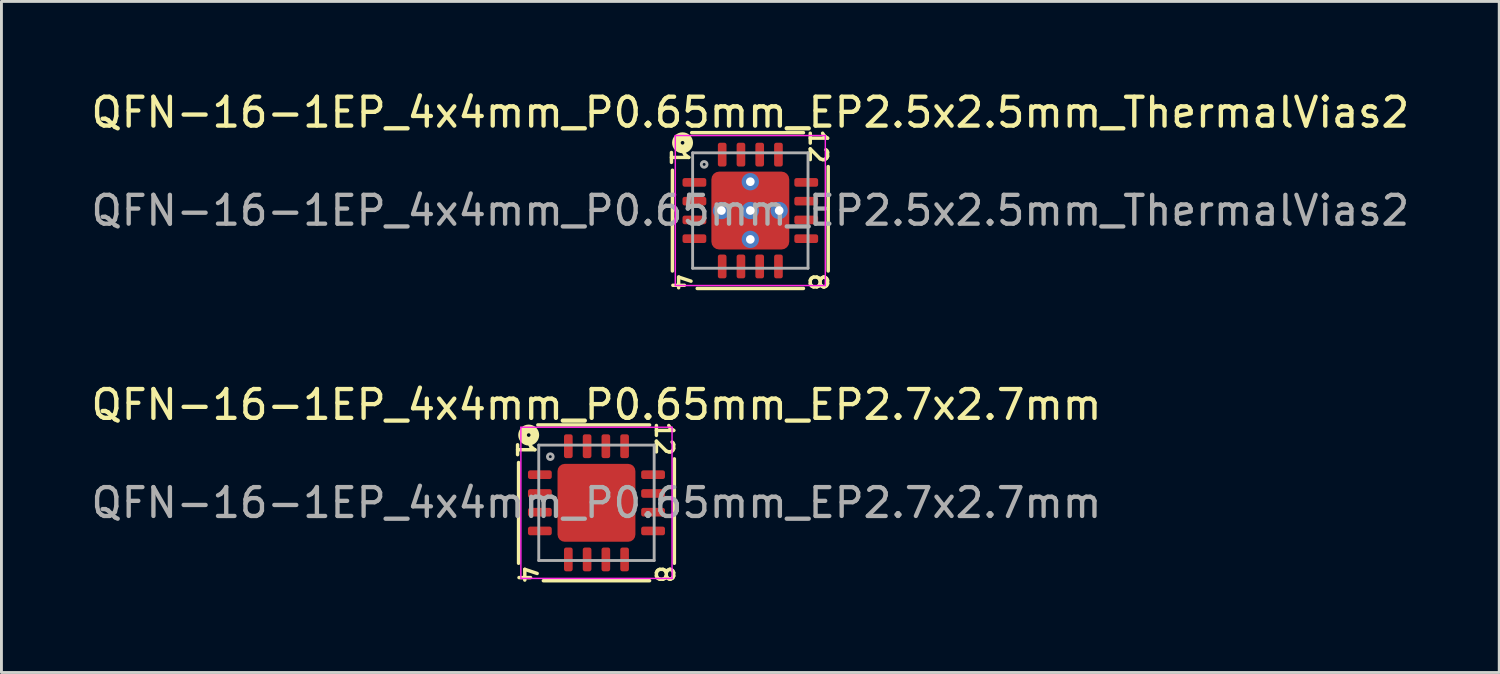
<source format=kicad_pcb>
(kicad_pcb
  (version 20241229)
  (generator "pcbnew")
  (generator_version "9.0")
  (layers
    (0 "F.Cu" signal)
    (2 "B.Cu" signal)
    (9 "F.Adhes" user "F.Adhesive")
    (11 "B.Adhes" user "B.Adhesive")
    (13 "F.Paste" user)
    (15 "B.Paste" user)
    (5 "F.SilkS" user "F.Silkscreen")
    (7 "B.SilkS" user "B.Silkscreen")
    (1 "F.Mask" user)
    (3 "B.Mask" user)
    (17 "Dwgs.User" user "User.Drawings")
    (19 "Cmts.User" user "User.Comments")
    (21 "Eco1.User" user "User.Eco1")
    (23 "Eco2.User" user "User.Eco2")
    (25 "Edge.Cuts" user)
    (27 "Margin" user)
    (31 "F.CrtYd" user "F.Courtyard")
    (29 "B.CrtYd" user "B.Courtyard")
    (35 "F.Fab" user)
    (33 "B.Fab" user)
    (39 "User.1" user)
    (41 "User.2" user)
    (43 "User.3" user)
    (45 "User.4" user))
  (footprint "QFN-16-1EP_4x4mm_P0.65mm_EP2.5x2.5mm_ThermalVias2"
    (layer "F.Cu")
    (at 22.958 4.248)
    (property "Reference" "QFN-16-1EP_4x4mm_P0.65mm_EP2.5x2.5mm_ThermalVias2" (at 0 -3.4 0) (layer "F.SilkS") (effects (font (size 1 1) (thickness 0.15))))
    (attr smd)
    (fp_line (start -2.7 -1.397) (end -2.7 2.095) (stroke (width 0.12) (type solid)) (layer "F.SilkS"))
    (fp_line (start -1.841 2.7) (end 1.841 2.7) (stroke (width 0.12) (type solid)) (layer "F.SilkS"))
    (fp_line (start 1.841 -2.7) (end -2.032 -2.7) (stroke (width 0.12) (type solid)) (layer "F.SilkS"))
    (fp_line (start 2.7 2.095) (end 2.7 -1.524) (stroke (width 0.12) (type solid)) (layer "F.SilkS"))
    (fp_circle (center -2.349 -2.349) (end -2.286 -2.349) (stroke (width 0.3) (type solid)) (fill no) (layer "F.SilkS"))
    (fp_line (start -2.6 -2.6) (end -2.6 2.6) (stroke (width 0.05) (type solid)) (layer "F.CrtYd"))
    (fp_line (start -2.6 2.6) (end 2.6 2.6) (stroke (width 0.05) (type solid)) (layer "F.CrtYd"))
    (fp_line (start 2.6 -2.6) (end -2.6 -2.6) (stroke (width 0.05) (type solid)) (layer "F.CrtYd"))
    (fp_line (start 2.6 2.6) (end 2.6 -2.6) (stroke (width 0.05) (type solid)) (layer "F.CrtYd"))
    (fp_line (start -2 -2) (end 2 -2) (stroke (width 0.1) (type solid)) (layer "F.Fab"))
    (fp_line (start -2 2) (end -2 -2) (stroke (width 0.1) (type solid)) (layer "F.Fab"))
    (fp_line (start 2 -2) (end 2 2) (stroke (width 0.1) (type solid)) (layer "F.Fab"))
    (fp_line (start 2 2) (end -2 2) (stroke (width 0.1) (type solid)) (layer "F.Fab"))
    (fp_circle (center -1.6 -1.6) (end -1.5 -1.6) (stroke (width 0.1) (type solid)) (fill no) (layer "F.Fab"))
    (fp_text user "1" (at -2.463 -1.841 270) (unlocked yes) (layer "F.SilkS") (effects (font (size 0.6 0.6) (thickness 0.12))))
    (fp_text user "8" (at 2.349 2.477 270) (unlocked yes) (layer "F.SilkS") (effects (font (size 0.6 0.6) (thickness 0.12))))
    (fp_text user "4" (at -2.413 2.477 270) (unlocked yes) (layer "F.SilkS") (effects (font (size 0.6 0.6) (thickness 0.12))))
    (fp_text user "12" (at 2.349 -2.223 270) (unlocked yes) (layer "F.SilkS") (effects (font (size 0.6 0.6) (thickness 0.12))))
    (fp_text user "${REFERENCE}" (at 0 0 0) (layer "F.Fab") (effects (font (size 1 1) (thickness 0.15))))
    (pad "" smd roundrect (at -0.775 -0.775) (size 0.75 0.75) (layers "F.Paste") (roundrect_rratio 0.25))
    (pad "" smd roundrect (at -0.775 -0.775) (size 0.95 0.95) (layers "F.Mask") (roundrect_rratio 0.25))
    (pad "" smd roundrect (at -0.775 0.775) (size 0.75 0.75) (layers "F.Paste") (roundrect_rratio 0.25))
    (pad "" smd roundrect (at -0.775 0.775) (size 0.95 0.95) (layers "F.Mask") (roundrect_rratio 0.25))
    (pad "" smd roundrect (at 0.775 -0.775) (size 0.75 0.75) (layers "F.Paste") (roundrect_rratio 0.25))
    (pad "" smd roundrect (at 0.775 -0.775) (size 0.95 0.95) (layers "F.Mask") (roundrect_rratio 0.25))
    (pad "" smd roundrect (at 0.775 0.775) (size 0.75 0.75) (layers "F.Paste") (roundrect_rratio 0.25))
    (pad "" smd roundrect (at 0.775 0.775) (size 0.95 0.95) (layers "F.Mask") (roundrect_rratio 0.25))
    (pad "1" smd roundrect (at -1.938 -0.975) (size 0.825 0.3) (layers "F.Cu" "F.Mask" "F.Paste") (roundrect_rratio 0.25))
    (pad "2" smd roundrect (at -1.938 -0.325) (size 0.825 0.3) (layers "F.Cu" "F.Mask" "F.Paste") (roundrect_rratio 0.25))
    (pad "3" smd roundrect (at -1.938 0.325) (size 0.825 0.3) (layers "F.Cu" "F.Mask" "F.Paste") (roundrect_rratio 0.25))
    (pad "4" smd roundrect (at -1.938 0.975) (size 0.825 0.3) (layers "F.Cu" "F.Mask" "F.Paste") (roundrect_rratio 0.25))
    (pad "5" smd roundrect (at -0.975 1.938) (size 0.3 0.825) (layers "F.Cu" "F.Mask" "F.Paste") (roundrect_rratio 0.25))
    (pad "6" smd roundrect (at -0.325 1.938) (size 0.3 0.825) (layers "F.Cu" "F.Mask" "F.Paste") (roundrect_rratio 0.25))
    (pad "7" smd roundrect (at 0.325 1.938) (size 0.3 0.825) (layers "F.Cu" "F.Mask" "F.Paste") (roundrect_rratio 0.25))
    (pad "8" smd roundrect (at 0.975 1.938) (size 0.3 0.825) (layers "F.Cu" "F.Mask" "F.Paste") (roundrect_rratio 0.25))
    (pad "9" smd roundrect (at 1.938 0.975) (size 0.825 0.3) (layers "F.Cu" "F.Mask" "F.Paste") (roundrect_rratio 0.25))
    (pad "10" smd roundrect (at 1.938 0.325) (size 0.825 0.3) (layers "F.Cu" "F.Mask" "F.Paste") (roundrect_rratio 0.25))
    (pad "11" smd roundrect (at 1.938 -0.325) (size 0.825 0.3) (layers "F.Cu" "F.Mask" "F.Paste") (roundrect_rratio 0.25))
    (pad "12" smd roundrect (at 1.938 -0.975) (size 0.825 0.3) (layers "F.Cu" "F.Mask" "F.Paste") (roundrect_rratio 0.25))
    (pad "13" smd roundrect (at 0.975 -1.938) (size 0.3 0.825) (layers "F.Cu" "F.Mask" "F.Paste") (roundrect_rratio 0.25))
    (pad "14" smd roundrect (at 0.325 -1.938) (size 0.3 0.825) (layers "F.Cu" "F.Mask" "F.Paste") (roundrect_rratio 0.25))
    (pad "15" smd roundrect (at -0.325 -1.938) (size 0.3 0.825) (layers "F.Cu" "F.Mask" "F.Paste") (roundrect_rratio 0.25))
    (pad "16" smd roundrect (at -0.975 -1.938) (size 0.3 0.825) (layers "F.Cu" "F.Mask" "F.Paste") (roundrect_rratio 0.25))
    (pad "17" thru_hole circle (at -1 0) (size 0.6 0.6) (drill 0.3) (property pad_prop_heatsink) (layers "*.Cu" "*.Mask"))
    (pad "17" thru_hole circle (at 0 -1) (size 0.6 0.6) (drill 0.3) (property pad_prop_heatsink) (layers "*.Cu" "*.Mask"))
    (pad "17" thru_hole circle (at 0 0) (size 0.6 0.6) (drill 0.3) (property pad_prop_heatsink) (layers "*.Cu" "*.Mask"))
    (pad "17" smd roundrect (at 0 0) (size 2.7 2.7) (layers "F.Cu") (roundrect_rratio 0.1))
    (pad "17" thru_hole circle (at 0 1) (size 0.6 0.6) (drill 0.3) (property pad_prop_heatsink) (layers "*.Cu" "*.Mask"))
    (pad "17" thru_hole circle (at 1 0) (size 0.6 0.6) (drill 0.3) (property pad_prop_heatsink) (layers "*.Cu" "*.Mask")))
  (footprint "QFN-16-1EP_4x4mm_P0.65mm_EP2.7x2.7mm"
    (layer "F.Cu")
    (at 17.625 14.379)
    (property "Reference" "QFN-16-1EP_4x4mm_P0.65mm_EP2.7x2.7mm" (at 0 -3.4 0) (layer "F.SilkS") (effects (font (size 1 1) (thickness 0.15))))
    (attr smd)
    (fp_line (start -2.7 -1.397) (end -2.7 2.095) (stroke (width 0.12) (type solid)) (layer "F.SilkS"))
    (fp_line (start -1.841 2.7) (end 1.841 2.7) (stroke (width 0.12) (type solid)) (layer "F.SilkS"))
    (fp_line (start 1.841 -2.7) (end -2.032 -2.7) (stroke (width 0.12) (type solid)) (layer "F.SilkS"))
    (fp_line (start 2.7 2.095) (end 2.7 -1.524) (stroke (width 0.12) (type solid)) (layer "F.SilkS"))
    (fp_circle (center -2.349 -2.349) (end -2.286 -2.349) (stroke (width 0.3) (type solid)) (fill no) (layer "F.SilkS"))
    (fp_line (start -2.62 -2.62) (end -2.62 2.62) (stroke (width 0.05) (type solid)) (layer "F.CrtYd"))
    (fp_line (start -2.62 2.62) (end 2.62 2.62) (stroke (width 0.05) (type solid)) (layer "F.CrtYd"))
    (fp_line (start 2.62 -2.62) (end -2.62 -2.62) (stroke (width 0.05) (type solid)) (layer "F.CrtYd"))
    (fp_line (start 2.62 2.62) (end 2.62 -2.62) (stroke (width 0.05) (type solid)) (layer "F.CrtYd"))
    (fp_line (start -2 -2) (end 2 -2) (stroke (width 0.1) (type solid)) (layer "F.Fab"))
    (fp_line (start -2 2) (end -2 -2) (stroke (width 0.1) (type solid)) (layer "F.Fab"))
    (fp_line (start 2 -2) (end 2 2) (stroke (width 0.1) (type solid)) (layer "F.Fab"))
    (fp_line (start 2 2) (end -2 2) (stroke (width 0.1) (type solid)) (layer "F.Fab"))
    (fp_circle (center -1.6 -1.6) (end -1.5 -1.6) (stroke (width 0.1) (type solid)) (fill no) (layer "F.Fab"))
    (fp_text user "12" (at 2.349 -2.223 270) (unlocked yes) (layer "F.SilkS") (effects (font (size 0.6 0.6) (thickness 0.12))))
    (fp_text user "8" (at 2.349 2.477 270) (unlocked yes) (layer "F.SilkS") (effects (font (size 0.6 0.6) (thickness 0.12))))
    (fp_text user "4" (at -2.413 2.477 270) (unlocked yes) (layer "F.SilkS") (effects (font (size 0.6 0.6) (thickness 0.12))))
    (fp_text user "1" (at -2.463 -1.841 270) (unlocked yes) (layer "F.SilkS") (effects (font (size 0.6 0.6) (thickness 0.12))))
    (fp_text user "${REFERENCE}" (at 0 0 0) (layer "F.Fab") (effects (font (size 1 1) (thickness 0.15))))
    (pad "" smd roundrect (at -0.675 -0.675) (size 1.09 1.09) (layers "F.Paste") (roundrect_rratio 0.229))
    (pad "" smd roundrect (at -0.675 0.675) (size 1.09 1.09) (layers "F.Paste") (roundrect_rratio 0.229))
    (pad "" smd roundrect (at 0.675 -0.675) (size 1.09 1.09) (layers "F.Paste") (roundrect_rratio 0.229))
    (pad "" smd roundrect (at 0.675 0.675) (size 1.09 1.09) (layers "F.Paste") (roundrect_rratio 0.229))
    (pad "1" smd roundrect (at -1.962 -0.975) (size 0.825 0.3) (layers "F.Cu" "F.Mask" "F.Paste") (roundrect_rratio 0.25))
    (pad "2" smd roundrect (at -1.962 -0.325) (size 0.825 0.3) (layers "F.Cu" "F.Mask" "F.Paste") (roundrect_rratio 0.25))
    (pad "3" smd roundrect (at -1.962 0.325) (size 0.825 0.3) (layers "F.Cu" "F.Mask" "F.Paste") (roundrect_rratio 0.25))
    (pad "4" smd roundrect (at -1.962 0.975) (size 0.825 0.3) (layers "F.Cu" "F.Mask" "F.Paste") (roundrect_rratio 0.25))
    (pad "5" smd roundrect (at -0.975 1.962) (size 0.3 0.825) (layers "F.Cu" "F.Mask" "F.Paste") (roundrect_rratio 0.25))
    (pad "6" smd roundrect (at -0.325 1.962) (size 0.3 0.825) (layers "F.Cu" "F.Mask" "F.Paste") (roundrect_rratio 0.25))
    (pad "7" smd roundrect (at 0.325 1.962) (size 0.3 0.825) (layers "F.Cu" "F.Mask" "F.Paste") (roundrect_rratio 0.25))
    (pad "8" smd roundrect (at 0.975 1.962) (size 0.3 0.825) (layers "F.Cu" "F.Mask" "F.Paste") (roundrect_rratio 0.25))
    (pad "9" smd roundrect (at 1.962 0.975) (size 0.825 0.3) (layers "F.Cu" "F.Mask" "F.Paste") (roundrect_rratio 0.25))
    (pad "10" smd roundrect (at 1.962 0.325) (size 0.825 0.3) (layers "F.Cu" "F.Mask" "F.Paste") (roundrect_rratio 0.25))
    (pad "11" smd roundrect (at 1.962 -0.325) (size 0.825 0.3) (layers "F.Cu" "F.Mask" "F.Paste") (roundrect_rratio 0.25))
    (pad "12" smd roundrect (at 1.962 -0.975) (size 0.825 0.3) (layers "F.Cu" "F.Mask" "F.Paste") (roundrect_rratio 0.25))
    (pad "13" smd roundrect (at 0.975 -1.962) (size 0.3 0.825) (layers "F.Cu" "F.Mask" "F.Paste") (roundrect_rratio 0.25))
    (pad "14" smd roundrect (at 0.325 -1.962) (size 0.3 0.825) (layers "F.Cu" "F.Mask" "F.Paste") (roundrect_rratio 0.25))
    (pad "15" smd roundrect (at -0.325 -1.962) (size 0.3 0.825) (layers "F.Cu" "F.Mask" "F.Paste") (roundrect_rratio 0.25))
    (pad "16" smd roundrect (at -0.975 -1.962) (size 0.3 0.825) (layers "F.Cu" "F.Mask" "F.Paste") (roundrect_rratio 0.25))
    (pad "17" smd roundrect (at 0 0) (size 2.7 2.7) (layers "F.Cu" "F.Mask") (roundrect_rratio 0.093)))
  (gr_rect
    (start -3 -3)
    (end 48.917 20.261)
    (stroke (width 0.1) (type default))
    (fill no)
    (layer "Edge.Cuts")))
</source>
